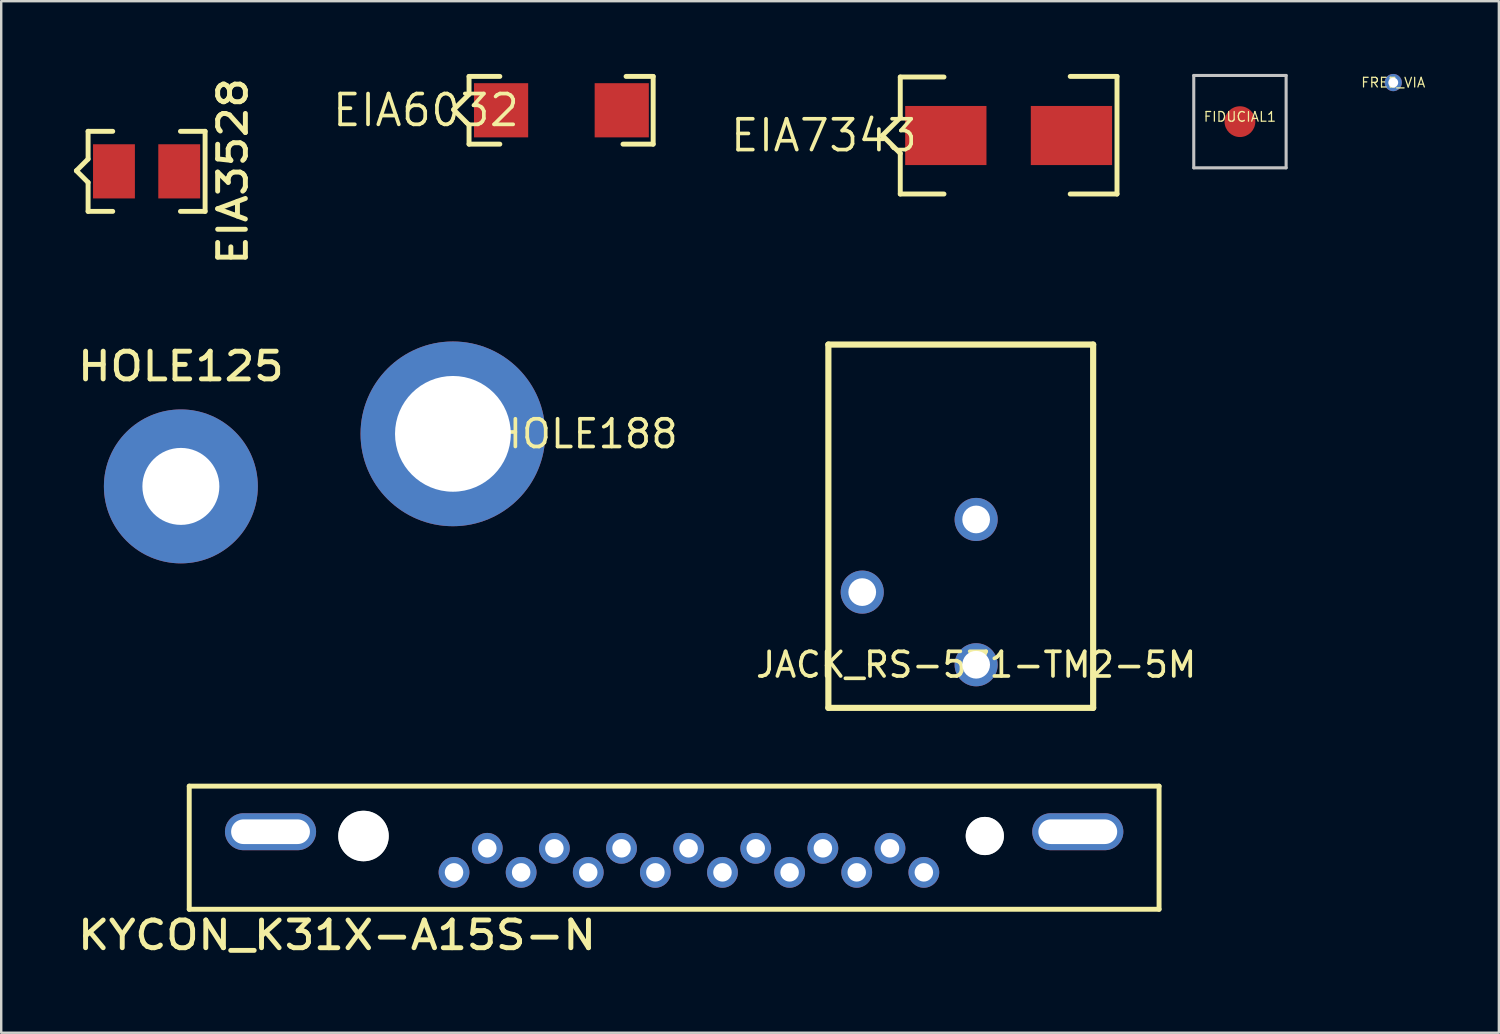
<source format=kicad_pcb>
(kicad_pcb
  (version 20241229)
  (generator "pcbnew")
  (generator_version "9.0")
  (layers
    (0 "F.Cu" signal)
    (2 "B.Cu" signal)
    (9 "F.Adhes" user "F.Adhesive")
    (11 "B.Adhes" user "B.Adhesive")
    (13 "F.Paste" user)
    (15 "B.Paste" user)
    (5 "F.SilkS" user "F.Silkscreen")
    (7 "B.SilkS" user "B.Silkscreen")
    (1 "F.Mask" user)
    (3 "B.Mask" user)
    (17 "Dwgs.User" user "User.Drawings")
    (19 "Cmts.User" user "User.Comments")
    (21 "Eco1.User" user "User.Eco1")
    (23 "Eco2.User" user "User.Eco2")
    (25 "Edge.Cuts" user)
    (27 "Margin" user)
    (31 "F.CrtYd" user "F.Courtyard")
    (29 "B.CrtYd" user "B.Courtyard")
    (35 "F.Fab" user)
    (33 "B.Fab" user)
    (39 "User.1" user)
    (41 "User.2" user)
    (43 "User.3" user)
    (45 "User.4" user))
  (footprint "JACK_RS-571-TM2-5M"
    (layer "F.Cu")
    (at 37.216 24.371)
    (property "Reference" "JACK_RS-571-TM2-5M" (at 0 0 0) (layer "F.SilkS") (effects (font (size 1.016 1.016) (thickness 0.152))))
    (attr through_hole)
    (fp_line (start -6.096 -13.208) (end 4.826 -13.208) (stroke (width 0.254) (type solid)) (layer "F.SilkS"))
    (fp_line (start -6.096 1.778) (end -6.096 -13.208) (stroke (width 0.254) (type solid)) (layer "F.SilkS"))
    (fp_line (start 4.826 -13.208) (end 4.826 1.778) (stroke (width 0.254) (type solid)) (layer "F.SilkS"))
    (fp_line (start 4.826 1.778) (end -6.096 1.778) (stroke (width 0.254) (type solid)) (layer "F.SilkS"))
    (pad "1" thru_hole circle (at 0 0) (size 1.778 1.778) (drill 1.143) (layers "*.Cu" "*.Mask" "Eco1.User"))
    (pad "2" thru_hole circle (at 0 -5.994) (size 1.778 1.778) (drill 1.143) (layers "*.Cu" "*.Mask" "Eco1.User"))
    (pad "3" thru_hole circle (at -4.699 -2.997) (size 1.778 1.778) (drill 1.143) (layers "*.Cu" "*.Mask" "Eco1.User")))
  (footprint "HOLE188"
    (layer "F.Cu")
    (at 15.632 14.846)
    (property "Reference" "HOLE188" (at 5.461 0 0) (layer "F.SilkS") (effects (font (size 1.143 1.143) (thickness 0.152))))
    (attr through_hole)
    (pad "1" thru_hole circle (at 0 0) (size 7.62 7.62) (drill 4.775) (layers "*.Cu" "*.Mask" "Eco1.User")))
  (footprint "FIDUCIAL1"
    (layer "F.Cu")
    (at 48.097 1.968)
    (property "Reference" "FIDUCIAL1" (at 0 -0.201 0) (layer "F.SilkS") (effects (font (size 0.399 0.399) (thickness 0.051))))
    (attr smd)
    (fp_line (start -1.905 -1.905) (end -1.905 1.905) (stroke (width 0.025) (type solid)) (layer "Dwgs.User"))
    (fp_line (start -1.905 -1.905) (end -1.905 1.905) (stroke (width 0.127) (type solid)) (layer "Dwgs.User"))
    (fp_line (start -1.905 1.905) (end 1.905 1.905) (stroke (width 0.025) (type solid)) (layer "Dwgs.User"))
    (fp_line (start -1.905 1.905) (end 1.905 1.905) (stroke (width 0.127) (type solid)) (layer "Dwgs.User"))
    (fp_line (start 1.905 -1.905) (end -1.905 -1.905) (stroke (width 0.025) (type solid)) (layer "Dwgs.User"))
    (fp_line (start 1.905 -1.905) (end -1.905 -1.905) (stroke (width 0.127) (type solid)) (layer "Dwgs.User"))
    (fp_line (start 1.905 1.905) (end 1.905 -1.905) (stroke (width 0.025) (type solid)) (layer "Dwgs.User"))
    (fp_line (start 1.905 1.905) (end 1.905 -1.905) (stroke (width 0.127) (type solid)) (layer "Dwgs.User"))
    (pad "1" smd circle (at 0 0) (size 1.27 1.27) (layers "F.Cu" "F.Mask")))
  (footprint "EIA3528"
    (layer "F.Cu")
    (at 2.997 4.018)
    (property "Reference" "EIA3528" (at 3.556 0 90) (layer "F.SilkS") (effects (font (size 1.143 1.27) (thickness 0.203))))
    (attr smd)
    (fp_line (start -2.896 -0.025) (end -2.413 -0.508) (stroke (width 0.203) (type solid)) (layer "F.SilkS"))
    (fp_line (start -2.413 -1.651) (end -1.397 -1.651) (stroke (width 0.203) (type solid)) (layer "F.SilkS"))
    (fp_line (start -2.413 -0.508) (end -2.413 -1.651) (stroke (width 0.203) (type solid)) (layer "F.SilkS"))
    (fp_line (start -2.413 0.457) (end -2.896 -0.025) (stroke (width 0.203) (type solid)) (layer "F.SilkS"))
    (fp_line (start -2.413 1.651) (end -2.413 0.457) (stroke (width 0.203) (type solid)) (layer "F.SilkS"))
    (fp_line (start -1.397 1.651) (end -2.413 1.651) (stroke (width 0.203) (type solid)) (layer "F.SilkS"))
    (fp_line (start 1.397 -1.651) (end 2.413 -1.651) (stroke (width 0.203) (type solid)) (layer "F.SilkS"))
    (fp_line (start 2.413 -1.651) (end 2.413 1.651) (stroke (width 0.203) (type solid)) (layer "F.SilkS"))
    (fp_line (start 2.413 1.651) (end 1.397 1.651) (stroke (width 0.203) (type solid)) (layer "F.SilkS"))
    (pad "1" smd rect (at -1.346 0) (size 1.727 2.235) (layers "F.Cu" "F.Mask" "F.Paste" "Eco1.User"))
    (pad "2" smd rect (at 1.346 0) (size 1.727 2.235) (layers "F.Cu" "F.Mask" "F.Paste" "Eco1.User")))
  (footprint "EIA6032"
    (layer "F.Cu")
    (at 20.108 1.499)
    (property "Reference" "EIA6032" (at -5.588 0 0) (layer "F.SilkS") (effects (font (size 1.27 1.27) (thickness 0.152))))
    (attr smd)
    (fp_line (start -4.445 -0.025) (end -3.81 -0.66) (stroke (width 0.203) (type solid)) (layer "F.SilkS"))
    (fp_line (start -3.81 -1.397) (end -2.54 -1.397) (stroke (width 0.203) (type solid)) (layer "F.SilkS"))
    (fp_line (start -3.81 -0.66) (end -3.81 -1.397) (stroke (width 0.203) (type solid)) (layer "F.SilkS"))
    (fp_line (start -3.81 0.61) (end -4.445 -0.025) (stroke (width 0.203) (type solid)) (layer "F.SilkS"))
    (fp_line (start -3.81 1.397) (end -3.81 0.61) (stroke (width 0.203) (type solid)) (layer "F.SilkS"))
    (fp_line (start -2.54 1.397) (end -3.81 1.397) (stroke (width 0.203) (type solid)) (layer "F.SilkS"))
    (fp_line (start 2.667 -1.397) (end 3.785 -1.397) (stroke (width 0.203) (type solid)) (layer "F.SilkS"))
    (fp_line (start 3.785 -1.397) (end 3.785 1.397) (stroke (width 0.203) (type solid)) (layer "F.SilkS"))
    (fp_line (start 3.785 1.397) (end 2.54 1.397) (stroke (width 0.203) (type solid)) (layer "F.SilkS"))
    (pad "1" smd rect (at -2.489 0) (size 2.235 2.235) (layers "F.Cu" "F.Mask" "F.Paste" "Eco1.User"))
    (pad "2" smd rect (at 2.489 0) (size 2.235 2.235) (layers "F.Cu" "F.Mask" "F.Paste" "Eco1.User")))
  (footprint "KYCON_K31X-A15S-N"
    (layer "F.Cu")
    (at 15.678 32.934)
    (property "Reference" "KYCON_K31X-A15S-N" (at -4.826 2.591 0) (layer "F.SilkS") (effects (font (size 1.143 1.27) (thickness 0.203))))
    (attr smd)
    (fp_line (start -10.922 -3.556) (end -10.922 1.524) (stroke (width 0.203) (type solid)) (layer "F.SilkS"))
    (fp_line (start -10.922 1.524) (end 29.083 1.524) (stroke (width 0.203) (type solid)) (layer "F.SilkS"))
    (fp_line (start 29.083 -3.556) (end -10.922 -3.556) (stroke (width 0.203) (type solid)) (layer "F.SilkS"))
    (fp_line (start 29.083 1.524) (end 29.083 -3.556) (stroke (width 0.203) (type solid)) (layer "F.SilkS"))
    (fp_line (start -10.922 -3.556) (end -10.922 1.524) (stroke (width 0.203) (type solid)) (layer "Eco1.User"))
    (fp_line (start -10.922 1.524) (end 29.083 1.524) (stroke (width 0.203) (type solid)) (layer "Eco1.User"))
    (fp_line (start 29.083 -3.556) (end -10.922 -3.556) (stroke (width 0.203) (type solid)) (layer "Eco1.User"))
    (fp_line (start 29.083 1.524) (end 29.083 -3.556) (stroke (width 0.203) (type solid)) (layer "Eco1.User"))
    (pad "" np_thru_hole circle (at -3.734 -1.499) (size 2.083 2.083) (drill 2.083) (layers "*.Cu" "*.Mask" "Dwgs.User"))
    (pad "" np_thru_hole circle (at 21.895 -1.499) (size 1.575 1.575) (drill 1.575) (layers "*.Cu" "*.Mask" "Dwgs.User"))
    (pad "1" thru_hole circle (at 0 0) (size 1.27 1.27) (drill 0.762) (layers "*.Cu" "*.Mask" "Eco1.User"))
    (pad "2" thru_hole circle (at 2.769 0) (size 1.27 1.27) (drill 0.762) (layers "*.Cu" "*.Mask" "Eco1.User"))
    (pad "3" thru_hole circle (at 5.537 0) (size 1.27 1.27) (drill 0.762) (layers "*.Cu" "*.Mask" "Eco1.User"))
    (pad "4" thru_hole circle (at 8.306 0) (size 1.27 1.27) (drill 0.762) (layers "*.Cu" "*.Mask" "Eco1.User"))
    (pad "5" thru_hole circle (at 11.074 0) (size 1.27 1.27) (drill 0.762) (layers "*.Cu" "*.Mask" "Eco1.User"))
    (pad "6" thru_hole circle (at 13.843 0) (size 1.27 1.27) (drill 0.762) (layers "*.Cu" "*.Mask" "Eco1.User"))
    (pad "7" thru_hole circle (at 16.612 0) (size 1.27 1.27) (drill 0.762) (layers "*.Cu" "*.Mask" "Eco1.User"))
    (pad "8" thru_hole circle (at 19.38 0) (size 1.27 1.27) (drill 0.762) (layers "*.Cu" "*.Mask" "Eco1.User" "Eco2.User"))
    (pad "9" thru_hole circle (at 1.372 -0.991) (size 1.27 1.27) (drill 0.762) (layers "*.Cu" "*.Mask" "Eco1.User"))
    (pad "10" thru_hole circle (at 4.14 -0.991) (size 1.27 1.27) (drill 0.762) (layers "*.Cu" "*.Mask" "Eco1.User"))
    (pad "11" thru_hole circle (at 6.909 -0.991) (size 1.27 1.27) (drill 0.762) (layers "*.Cu" "*.Mask" "Eco1.User"))
    (pad "12" thru_hole circle (at 9.677 -0.991) (size 1.27 1.27) (drill 0.762) (layers "*.Cu" "*.Mask" "Eco1.User"))
    (pad "13" thru_hole circle (at 12.446 -0.991) (size 1.27 1.27) (drill 0.762) (layers "*.Cu" "*.Mask" "Eco1.User"))
    (pad "14" thru_hole circle (at 15.215 -0.991) (size 1.27 1.27) (drill 0.762) (layers "*.Cu" "*.Mask" "Eco1.User"))
    (pad "15" thru_hole circle (at 17.983 -0.991) (size 1.27 1.27) (drill 0.762) (layers "*.Cu" "*.Mask" "Eco1.User"))
    (pad "16" thru_hole oval (at -7.569 -1.676) (size 3.759 1.524) (drill oval 3.251 1.016) (layers "*.Cu" "*.Mask" "Eco1.User"))
    (pad "16" thru_hole oval (at 25.73 -1.676) (size 3.759 1.524) (drill oval 3.251 1.016) (layers "*.Cu" "*.Mask" "Eco1.User")))
  (footprint "FREE_VIA"
    (layer "F.Cu")
    (at 54.421 0.356)
    (property "Reference" "FREE_VIA" (at 0 0 0) (layer "F.SilkS") (effects (font (size 0.399 0.399) (thickness 0.051))))
    (attr through_hole)
    (pad "1" thru_hole circle (at 0 0) (size 0.711 0.711) (drill 0.406) (layers "*.Cu")))
  (footprint "EIA7343"
    (layer "F.Cu")
    (at 38.556 2.54)
    (property "Reference" "EIA7343" (at -7.62 0 0) (layer "F.SilkS") (effects (font (size 1.27 1.27) (thickness 0.152))))
    (attr smd)
    (fp_line (start -5.207 0) (end -4.47 0.737) (stroke (width 0.203) (type solid)) (layer "F.SilkS"))
    (fp_line (start -4.47 -2.413) (end -4.47 -0.737) (stroke (width 0.203) (type solid)) (layer "F.SilkS"))
    (fp_line (start -4.47 -0.737) (end -5.207 0) (stroke (width 0.203) (type solid)) (layer "F.SilkS"))
    (fp_line (start -4.47 0.737) (end -4.47 2.413) (stroke (width 0.203) (type solid)) (layer "F.SilkS"))
    (fp_line (start -4.47 2.413) (end -2.667 2.413) (stroke (width 0.203) (type solid)) (layer "F.SilkS"))
    (fp_line (start -2.667 -2.413) (end -4.47 -2.413) (stroke (width 0.203) (type solid)) (layer "F.SilkS"))
    (fp_line (start 2.54 -2.438) (end 4.47 -2.438) (stroke (width 0.203) (type solid)) (layer "F.SilkS"))
    (fp_line (start 4.47 -2.438) (end 4.47 2.413) (stroke (width 0.203) (type solid)) (layer "F.SilkS"))
    (fp_line (start 4.47 2.413) (end 2.54 2.413) (stroke (width 0.203) (type solid)) (layer "F.SilkS"))
    (pad "1" smd rect (at -2.591 0) (size 3.353 2.438) (layers "F.Cu" "F.Mask" "F.Paste" "Eco1.User"))
    (pad "2" smd rect (at 2.591 0) (size 3.353 2.438) (layers "F.Cu" "F.Mask" "F.Paste" "Eco1.User")))
  (footprint "HOLE125"
    (layer "F.Cu")
    (at 4.411 17.014)
    (property "Reference" "HOLE125" (at 0 -4.953 0) (layer "F.SilkS") (effects (font (size 1.143 1.27) (thickness 0.203))))
    (attr through_hole)
    (pad "1" thru_hole circle (at 0 0) (size 6.35 6.35) (drill 3.175) (layers "*.Cu" "*.Mask" "Eco1.User")))
  (gr_rect
    (start -3 -3)
    (end 58.778 39.55)
    (stroke (width 0.1) (type default))
    (fill no)
    (layer "Edge.Cuts")))
</source>
